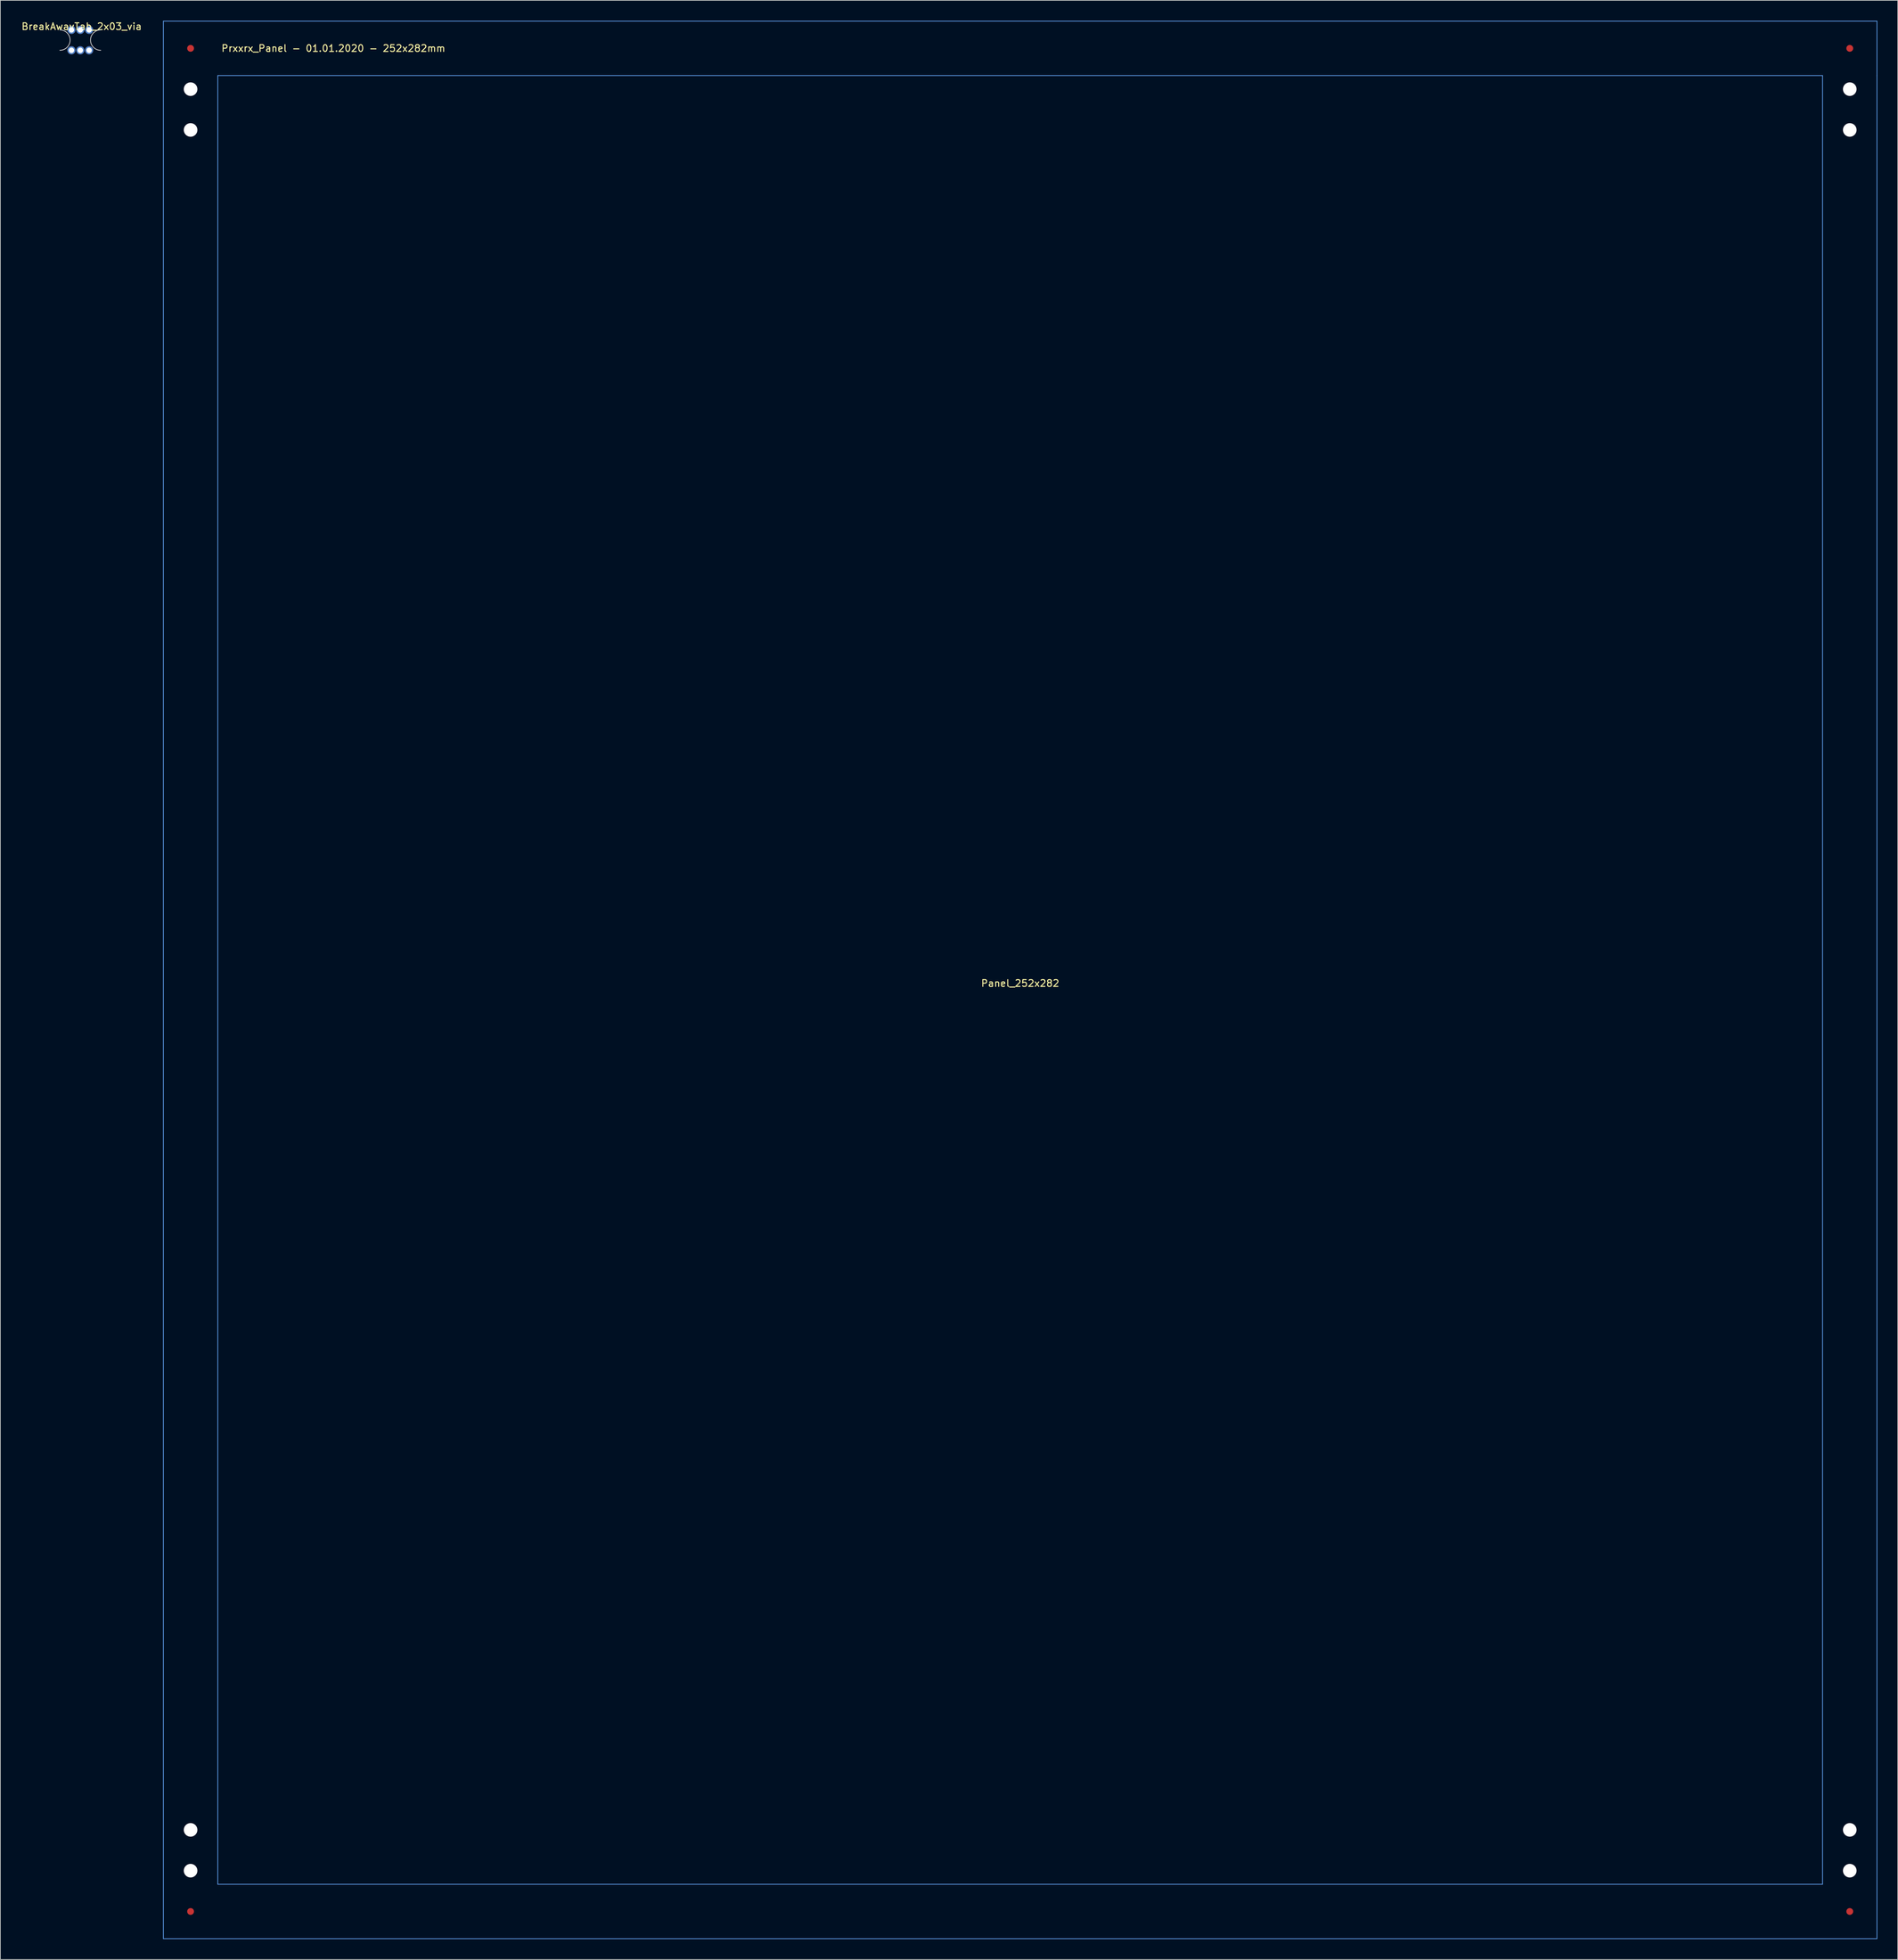
<source format=kicad_pcb>
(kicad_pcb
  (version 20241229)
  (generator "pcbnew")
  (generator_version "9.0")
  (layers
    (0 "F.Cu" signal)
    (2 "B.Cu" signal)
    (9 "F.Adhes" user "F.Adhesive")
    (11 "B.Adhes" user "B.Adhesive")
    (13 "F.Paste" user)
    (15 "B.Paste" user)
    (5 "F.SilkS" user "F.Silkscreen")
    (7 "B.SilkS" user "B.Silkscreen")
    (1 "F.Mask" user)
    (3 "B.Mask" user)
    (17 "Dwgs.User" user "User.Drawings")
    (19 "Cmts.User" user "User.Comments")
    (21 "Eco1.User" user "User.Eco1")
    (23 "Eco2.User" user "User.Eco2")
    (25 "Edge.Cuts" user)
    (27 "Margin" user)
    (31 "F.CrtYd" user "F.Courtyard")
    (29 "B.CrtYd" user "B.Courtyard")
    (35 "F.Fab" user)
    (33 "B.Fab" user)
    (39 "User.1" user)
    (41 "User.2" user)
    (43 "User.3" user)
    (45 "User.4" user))
  (footprint "Panel_252x282"
    (layer "F.Cu")
    (at 146.977 141.06)
    (property "Reference" "Panel_252x282" (at 0 0.5 0) (layer "F.SilkS") (effects (font (size 1 1) (thickness 0.15))))
    (attr through_hole)
    (fp_line (start -126 -141) (end -126 141) (stroke (width 0.12) (type solid)) (layer "Cmts.User"))
    (fp_line (start -126 141) (end 126 141) (stroke (width 0.12) (type solid)) (layer "Cmts.User"))
    (fp_line (start -118 -133) (end -118 133) (stroke (width 0.12) (type solid)) (layer "Cmts.User"))
    (fp_line (start 118 -133) (end -118 -133) (stroke (width 0.12) (type solid)) (layer "Cmts.User"))
    (fp_line (start 118 133) (end -118 133) (stroke (width 0.12) (type solid)) (layer "Cmts.User"))
    (fp_line (start 118 133) (end 118 -133) (stroke (width 0.12) (type solid)) (layer "Cmts.User"))
    (fp_line (start 126 -141) (end -126 -141) (stroke (width 0.12) (type solid)) (layer "Cmts.User"))
    (fp_line (start 126 -133) (end 126 -141) (stroke (width 0.12) (type solid)) (layer "Cmts.User"))
    (fp_line (start 126 141) (end 126 -133) (stroke (width 0.12) (type solid)) (layer "Cmts.User"))
    (fp_line (start 118 133) (end 118 133) (stroke (width 0.12) (type solid)) (layer "Eco1.User"))
    (fp_text user "Prxxrx_Panel - 01.01.2020 - 252x282mm" (at -101 -137 0) (layer "F.SilkS") (effects (font (size 1 1) (thickness 0.15))))
    (pad "" np_thru_hole circle (at -122 -131) (size 2 2) (drill 2) (layers "*.Cu" "*.Mask"))
    (pad "" np_thru_hole circle (at -122 -125) (size 2 2) (drill 2) (layers "*.Cu" "*.Mask"))
    (pad "" np_thru_hole circle (at -122 125) (size 2 2) (drill 2) (layers "*.Cu" "*.Mask"))
    (pad "" np_thru_hole circle (at -122 131) (size 2 2) (drill 2) (layers "*.Cu" "*.Mask"))
    (pad "" np_thru_hole circle (at 122 -131) (size 2 2) (drill 2) (layers "*.Cu" "*.Mask"))
    (pad "" np_thru_hole circle (at 122 -125) (size 2 2) (drill 2) (layers "*.Cu" "*.Mask"))
    (pad "" np_thru_hole circle (at 122 125) (size 2 2) (drill 2) (layers "*.Cu" "*.Mask"))
    (pad "" np_thru_hole circle (at 122 131) (size 2 2) (drill 2) (layers "*.Cu" "*.Mask"))
    (pad "1" smd circle (at -122 -137) (size 1 1) (layers "F.Cu" "F.Mask" "F.Paste"))
    (pad "1" smd circle (at -122 137) (size 1 1) (layers "F.Cu" "F.Mask" "F.Paste"))
    (pad "1" smd circle (at 122 -137) (size 1 1) (layers "F.Cu" "F.Mask" "F.Paste"))
    (pad "1" smd circle (at 122 137) (size 1 1) (layers "F.Cu" "F.Mask" "F.Paste")))
  (footprint "BreakAwayTab_2x03_via"
    (layer "F.Cu")
    (at 8.758 2.848)
    (property "Reference" "BreakAwayTab_2x03_via" (at 0.2 -2 180) (layer "F.SilkS") (effects (font (size 1 1) (thickness 0.15))))
    (attr through_hole)
    (fp_arc (start -3 -1.5) (mid -1.5 0) (end -3 1.5) (stroke (width 0.12) (type solid)) (layer "Dwgs.User"))
    (fp_arc (start 3 1.5) (mid 1.5 0) (end 3 -1.5) (stroke (width 0.12) (type solid)) (layer "Dwgs.User"))
    (pad "3" thru_hole circle (at -1.3 -1.5) (size 1.2 1.2) (drill 0.8) (layers "*.Cu" "*.Mask"))
    (pad "3" thru_hole circle (at -1.3 1.5) (size 1.2 1.2) (drill 0.8) (layers "*.Cu" "*.Mask"))
    (pad "3" thru_hole circle (at 0 -1.5) (size 1.2 1.2) (drill 0.8) (layers "*.Cu" "*.Mask"))
    (pad "3" thru_hole circle (at 0 1.5) (size 1.2 1.2) (drill 0.8) (layers "*.Cu" "*.Mask"))
    (pad "3" thru_hole circle (at 1.3 -1.5) (size 1.2 1.2) (drill 0.8) (layers "*.Cu" "*.Mask"))
    (pad "3" thru_hole circle (at 1.3 1.5) (size 1.2 1.2) (drill 0.8) (layers "*.Cu" "*.Mask")))
  (gr_rect
    (start -3 -3)
    (end 276.037 285.12)
    (stroke (width 0.1) (type default))
    (fill no)
    (layer "Edge.Cuts")))
</source>
